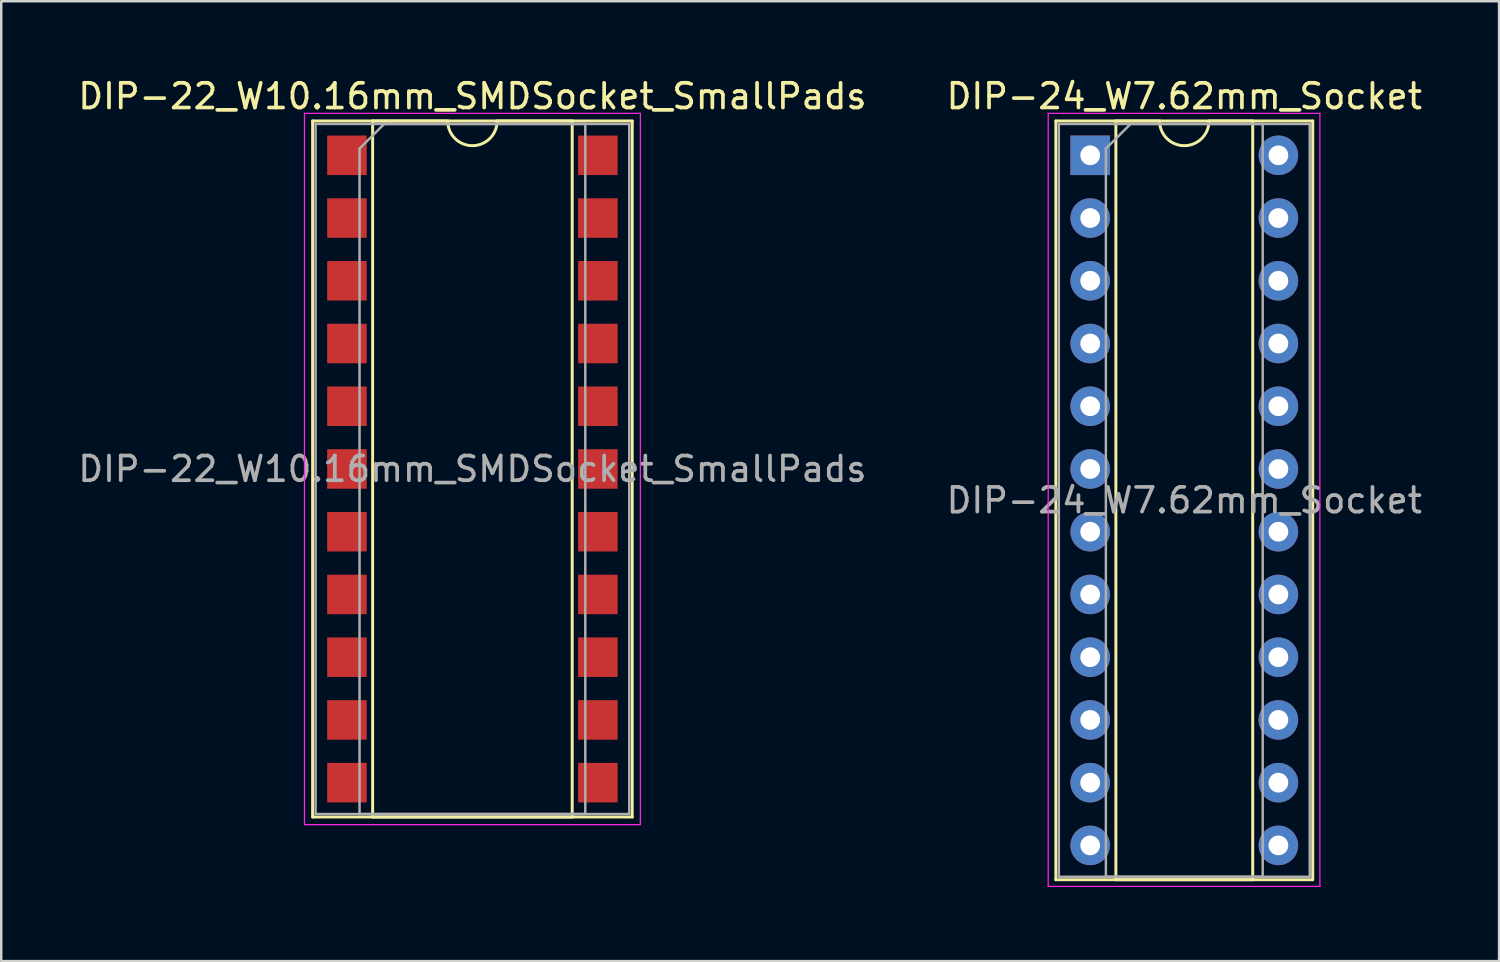
<source format=kicad_pcb>
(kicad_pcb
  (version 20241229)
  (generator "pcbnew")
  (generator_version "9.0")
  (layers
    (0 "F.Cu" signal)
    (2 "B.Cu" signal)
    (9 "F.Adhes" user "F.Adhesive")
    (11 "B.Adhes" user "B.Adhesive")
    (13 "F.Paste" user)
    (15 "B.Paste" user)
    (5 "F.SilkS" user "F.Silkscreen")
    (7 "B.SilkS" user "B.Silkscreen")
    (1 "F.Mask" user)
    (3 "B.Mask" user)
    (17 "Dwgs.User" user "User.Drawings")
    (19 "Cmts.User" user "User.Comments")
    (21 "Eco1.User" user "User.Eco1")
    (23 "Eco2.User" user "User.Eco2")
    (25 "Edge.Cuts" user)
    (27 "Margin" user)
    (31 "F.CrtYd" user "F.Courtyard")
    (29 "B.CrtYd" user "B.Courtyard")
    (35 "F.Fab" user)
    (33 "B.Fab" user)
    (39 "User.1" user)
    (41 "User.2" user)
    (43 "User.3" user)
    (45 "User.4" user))
  (footprint "DIP-24_W7.62mm_Socket"
    (layer "F.Cu")
    (at 41.089 3.238)
    (property "Reference" "DIP-24_W7.62mm_Socket" (at 3.81 -2.39 0) (layer "F.SilkS") (effects (font (size 1 1) (thickness 0.15))))
    (attr through_hole)
    (fp_line (start -1.39 -1.39) (end -1.39 29.33) (stroke (width 0.12) (type solid)) (layer "F.SilkS"))
    (fp_line (start -1.39 29.33) (end 9.01 29.33) (stroke (width 0.12) (type solid)) (layer "F.SilkS"))
    (fp_line (start 1.04 -1.39) (end 1.04 29.33) (stroke (width 0.12) (type solid)) (layer "F.SilkS"))
    (fp_line (start 1.04 29.33) (end 6.58 29.33) (stroke (width 0.12) (type solid)) (layer "F.SilkS"))
    (fp_line (start 2.81 -1.39) (end 1.04 -1.39) (stroke (width 0.12) (type solid)) (layer "F.SilkS"))
    (fp_line (start 6.58 -1.39) (end 4.81 -1.39) (stroke (width 0.12) (type solid)) (layer "F.SilkS"))
    (fp_line (start 6.58 29.33) (end 6.58 -1.39) (stroke (width 0.12) (type solid)) (layer "F.SilkS"))
    (fp_line (start 9.01 -1.39) (end -1.39 -1.39) (stroke (width 0.12) (type solid)) (layer "F.SilkS"))
    (fp_line (start 9.01 29.33) (end 9.01 -1.39) (stroke (width 0.12) (type solid)) (layer "F.SilkS"))
    (fp_arc (start 4.81 -1.39) (mid 3.81 -0.39) (end 2.81 -1.39) (stroke (width 0.12) (type solid)) (layer "F.SilkS"))
    (fp_line (start -1.7 -1.7) (end -1.7 29.6) (stroke (width 0.05) (type solid)) (layer "F.CrtYd"))
    (fp_line (start -1.7 29.6) (end 9.3 29.6) (stroke (width 0.05) (type solid)) (layer "F.CrtYd"))
    (fp_line (start 9.3 -1.7) (end -1.7 -1.7) (stroke (width 0.05) (type solid)) (layer "F.CrtYd"))
    (fp_line (start 9.3 29.6) (end 9.3 -1.7) (stroke (width 0.05) (type solid)) (layer "F.CrtYd"))
    (fp_line (start -1.27 -1.27) (end -1.27 29.21) (stroke (width 0.1) (type solid)) (layer "F.Fab"))
    (fp_line (start -1.27 29.21) (end 8.89 29.21) (stroke (width 0.1) (type solid)) (layer "F.Fab"))
    (fp_line (start 0.635 -0.27) (end 1.635 -1.27) (stroke (width 0.1) (type solid)) (layer "F.Fab"))
    (fp_line (start 0.635 29.21) (end 0.635 -0.27) (stroke (width 0.1) (type solid)) (layer "F.Fab"))
    (fp_line (start 1.635 -1.27) (end 6.985 -1.27) (stroke (width 0.1) (type solid)) (layer "F.Fab"))
    (fp_line (start 6.985 -1.27) (end 6.985 29.21) (stroke (width 0.1) (type solid)) (layer "F.Fab"))
    (fp_line (start 6.985 29.21) (end 0.635 29.21) (stroke (width 0.1) (type solid)) (layer "F.Fab"))
    (fp_line (start 8.89 -1.27) (end -1.27 -1.27) (stroke (width 0.1) (type solid)) (layer "F.Fab"))
    (fp_line (start 8.89 29.21) (end 8.89 -1.27) (stroke (width 0.1) (type solid)) (layer "F.Fab"))
    (fp_text user "${REFERENCE}" (at 3.81 13.97 0) (layer "F.Fab") (effects (font (size 1 1) (thickness 0.15))))
    (pad "1" thru_hole rect (at 0 0) (size 1.6 1.6) (drill 0.8) (layers "*.Cu" "*.Mask"))
    (pad "2" thru_hole oval (at 0 2.54) (size 1.6 1.6) (drill 0.8) (layers "*.Cu" "*.Mask"))
    (pad "3" thru_hole oval (at 0 5.08) (size 1.6 1.6) (drill 0.8) (layers "*.Cu" "*.Mask"))
    (pad "4" thru_hole oval (at 0 7.62) (size 1.6 1.6) (drill 0.8) (layers "*.Cu" "*.Mask"))
    (pad "5" thru_hole oval (at 0 10.16) (size 1.6 1.6) (drill 0.8) (layers "*.Cu" "*.Mask"))
    (pad "6" thru_hole oval (at 0 12.7) (size 1.6 1.6) (drill 0.8) (layers "*.Cu" "*.Mask"))
    (pad "7" thru_hole oval (at 0 15.24) (size 1.6 1.6) (drill 0.8) (layers "*.Cu" "*.Mask"))
    (pad "8" thru_hole oval (at 0 17.78) (size 1.6 1.6) (drill 0.8) (layers "*.Cu" "*.Mask"))
    (pad "9" thru_hole oval (at 0 20.32) (size 1.6 1.6) (drill 0.8) (layers "*.Cu" "*.Mask"))
    (pad "10" thru_hole oval (at 0 22.86) (size 1.6 1.6) (drill 0.8) (layers "*.Cu" "*.Mask"))
    (pad "11" thru_hole oval (at 0 25.4) (size 1.6 1.6) (drill 0.8) (layers "*.Cu" "*.Mask"))
    (pad "12" thru_hole oval (at 0 27.94) (size 1.6 1.6) (drill 0.8) (layers "*.Cu" "*.Mask"))
    (pad "13" thru_hole oval (at 7.62 27.94) (size 1.6 1.6) (drill 0.8) (layers "*.Cu" "*.Mask"))
    (pad "14" thru_hole oval (at 7.62 25.4) (size 1.6 1.6) (drill 0.8) (layers "*.Cu" "*.Mask"))
    (pad "15" thru_hole oval (at 7.62 22.86) (size 1.6 1.6) (drill 0.8) (layers "*.Cu" "*.Mask"))
    (pad "16" thru_hole oval (at 7.62 20.32) (size 1.6 1.6) (drill 0.8) (layers "*.Cu" "*.Mask"))
    (pad "17" thru_hole oval (at 7.62 17.78) (size 1.6 1.6) (drill 0.8) (layers "*.Cu" "*.Mask"))
    (pad "18" thru_hole oval (at 7.62 15.24) (size 1.6 1.6) (drill 0.8) (layers "*.Cu" "*.Mask"))
    (pad "19" thru_hole oval (at 7.62 12.7) (size 1.6 1.6) (drill 0.8) (layers "*.Cu" "*.Mask"))
    (pad "20" thru_hole oval (at 7.62 10.16) (size 1.6 1.6) (drill 0.8) (layers "*.Cu" "*.Mask"))
    (pad "21" thru_hole oval (at 7.62 7.62) (size 1.6 1.6) (drill 0.8) (layers "*.Cu" "*.Mask"))
    (pad "22" thru_hole oval (at 7.62 5.08) (size 1.6 1.6) (drill 0.8) (layers "*.Cu" "*.Mask"))
    (pad "23" thru_hole oval (at 7.62 2.54) (size 1.6 1.6) (drill 0.8) (layers "*.Cu" "*.Mask"))
    (pad "24" thru_hole oval (at 7.62 0) (size 1.6 1.6) (drill 0.8) (layers "*.Cu" "*.Mask")))
  (footprint "DIP-22_W10.16mm_SMDSocket_SmallPads"
    (layer "F.Cu")
    (at 16.077 15.938)
    (property "Reference" "DIP-22_W10.16mm_SMDSocket_SmallPads" (at 0 -15.09 0) (layer "F.SilkS") (effects (font (size 1 1) (thickness 0.15))))
    (attr smd)
    (fp_line (start -6.47 -14.09) (end -6.47 14.09) (stroke (width 0.12) (type solid)) (layer "F.SilkS"))
    (fp_line (start -6.47 14.09) (end 6.47 14.09) (stroke (width 0.12) (type solid)) (layer "F.SilkS"))
    (fp_line (start -4.04 -14.09) (end -4.04 14.09) (stroke (width 0.12) (type solid)) (layer "F.SilkS"))
    (fp_line (start -4.04 14.09) (end 4.04 14.09) (stroke (width 0.12) (type solid)) (layer "F.SilkS"))
    (fp_line (start -1 -14.09) (end -4.04 -14.09) (stroke (width 0.12) (type solid)) (layer "F.SilkS"))
    (fp_line (start 4.04 -14.09) (end 1 -14.09) (stroke (width 0.12) (type solid)) (layer "F.SilkS"))
    (fp_line (start 4.04 14.09) (end 4.04 -14.09) (stroke (width 0.12) (type solid)) (layer "F.SilkS"))
    (fp_line (start 6.47 -14.09) (end -6.47 -14.09) (stroke (width 0.12) (type solid)) (layer "F.SilkS"))
    (fp_line (start 6.47 14.09) (end 6.47 -14.09) (stroke (width 0.12) (type solid)) (layer "F.SilkS"))
    (fp_arc (start 1 -14.09) (mid 0 -13.09) (end -1 -14.09) (stroke (width 0.12) (type solid)) (layer "F.SilkS"))
    (fp_line (start -6.8 -14.4) (end -6.8 14.4) (stroke (width 0.05) (type solid)) (layer "F.CrtYd"))
    (fp_line (start -6.8 14.4) (end 6.8 14.4) (stroke (width 0.05) (type solid)) (layer "F.CrtYd"))
    (fp_line (start 6.8 -14.4) (end -6.8 -14.4) (stroke (width 0.05) (type solid)) (layer "F.CrtYd"))
    (fp_line (start 6.8 14.4) (end 6.8 -14.4) (stroke (width 0.05) (type solid)) (layer "F.CrtYd"))
    (fp_line (start -6.35 -13.97) (end -6.35 13.97) (stroke (width 0.1) (type solid)) (layer "F.Fab"))
    (fp_line (start -6.35 13.97) (end 6.35 13.97) (stroke (width 0.1) (type solid)) (layer "F.Fab"))
    (fp_line (start -4.57 -12.97) (end -3.57 -13.97) (stroke (width 0.1) (type solid)) (layer "F.Fab"))
    (fp_line (start -4.57 13.97) (end -4.57 -12.97) (stroke (width 0.1) (type solid)) (layer "F.Fab"))
    (fp_line (start -3.57 -13.97) (end 4.57 -13.97) (stroke (width 0.1) (type solid)) (layer "F.Fab"))
    (fp_line (start 4.57 -13.97) (end 4.57 13.97) (stroke (width 0.1) (type solid)) (layer "F.Fab"))
    (fp_line (start 4.57 13.97) (end -4.57 13.97) (stroke (width 0.1) (type solid)) (layer "F.Fab"))
    (fp_line (start 6.35 -13.97) (end -6.35 -13.97) (stroke (width 0.1) (type solid)) (layer "F.Fab"))
    (fp_line (start 6.35 13.97) (end 6.35 -13.97) (stroke (width 0.1) (type solid)) (layer "F.Fab"))
    (fp_text user "${REFERENCE}" (at 0 0 0) (layer "F.Fab") (effects (font (size 1 1) (thickness 0.15))))
    (pad "1" smd rect (at -5.08 -12.7) (size 1.6 1.6) (layers "F.Cu" "F.Mask" "F.Paste"))
    (pad "2" smd rect (at -5.08 -10.16) (size 1.6 1.6) (layers "F.Cu" "F.Mask" "F.Paste"))
    (pad "3" smd rect (at -5.08 -7.62) (size 1.6 1.6) (layers "F.Cu" "F.Mask" "F.Paste"))
    (pad "4" smd rect (at -5.08 -5.08) (size 1.6 1.6) (layers "F.Cu" "F.Mask" "F.Paste"))
    (pad "5" smd rect (at -5.08 -2.54) (size 1.6 1.6) (layers "F.Cu" "F.Mask" "F.Paste"))
    (pad "6" smd rect (at -5.08 0) (size 1.6 1.6) (layers "F.Cu" "F.Mask" "F.Paste"))
    (pad "7" smd rect (at -5.08 2.54) (size 1.6 1.6) (layers "F.Cu" "F.Mask" "F.Paste"))
    (pad "8" smd rect (at -5.08 5.08) (size 1.6 1.6) (layers "F.Cu" "F.Mask" "F.Paste"))
    (pad "9" smd rect (at -5.08 7.62) (size 1.6 1.6) (layers "F.Cu" "F.Mask" "F.Paste"))
    (pad "10" smd rect (at -5.08 10.16) (size 1.6 1.6) (layers "F.Cu" "F.Mask" "F.Paste"))
    (pad "11" smd rect (at -5.08 12.7) (size 1.6 1.6) (layers "F.Cu" "F.Mask" "F.Paste"))
    (pad "12" smd rect (at 5.08 12.7) (size 1.6 1.6) (layers "F.Cu" "F.Mask" "F.Paste"))
    (pad "13" smd rect (at 5.08 10.16) (size 1.6 1.6) (layers "F.Cu" "F.Mask" "F.Paste"))
    (pad "14" smd rect (at 5.08 7.62) (size 1.6 1.6) (layers "F.Cu" "F.Mask" "F.Paste"))
    (pad "15" smd rect (at 5.08 5.08) (size 1.6 1.6) (layers "F.Cu" "F.Mask" "F.Paste"))
    (pad "16" smd rect (at 5.08 2.54) (size 1.6 1.6) (layers "F.Cu" "F.Mask" "F.Paste"))
    (pad "17" smd rect (at 5.08 0) (size 1.6 1.6) (layers "F.Cu" "F.Mask" "F.Paste"))
    (pad "18" smd rect (at 5.08 -2.54) (size 1.6 1.6) (layers "F.Cu" "F.Mask" "F.Paste"))
    (pad "19" smd rect (at 5.08 -5.08) (size 1.6 1.6) (layers "F.Cu" "F.Mask" "F.Paste"))
    (pad "20" smd rect (at 5.08 -7.62) (size 1.6 1.6) (layers "F.Cu" "F.Mask" "F.Paste"))
    (pad "21" smd rect (at 5.08 -10.16) (size 1.6 1.6) (layers "F.Cu" "F.Mask" "F.Paste"))
    (pad "22" smd rect (at 5.08 -12.7) (size 1.6 1.6) (layers "F.Cu" "F.Mask" "F.Paste")))
  (gr_rect
    (start -3 -3)
    (end 57.643 35.863)
    (stroke (width 0.1) (type default))
    (fill no)
    (layer "Edge.Cuts")))
</source>
